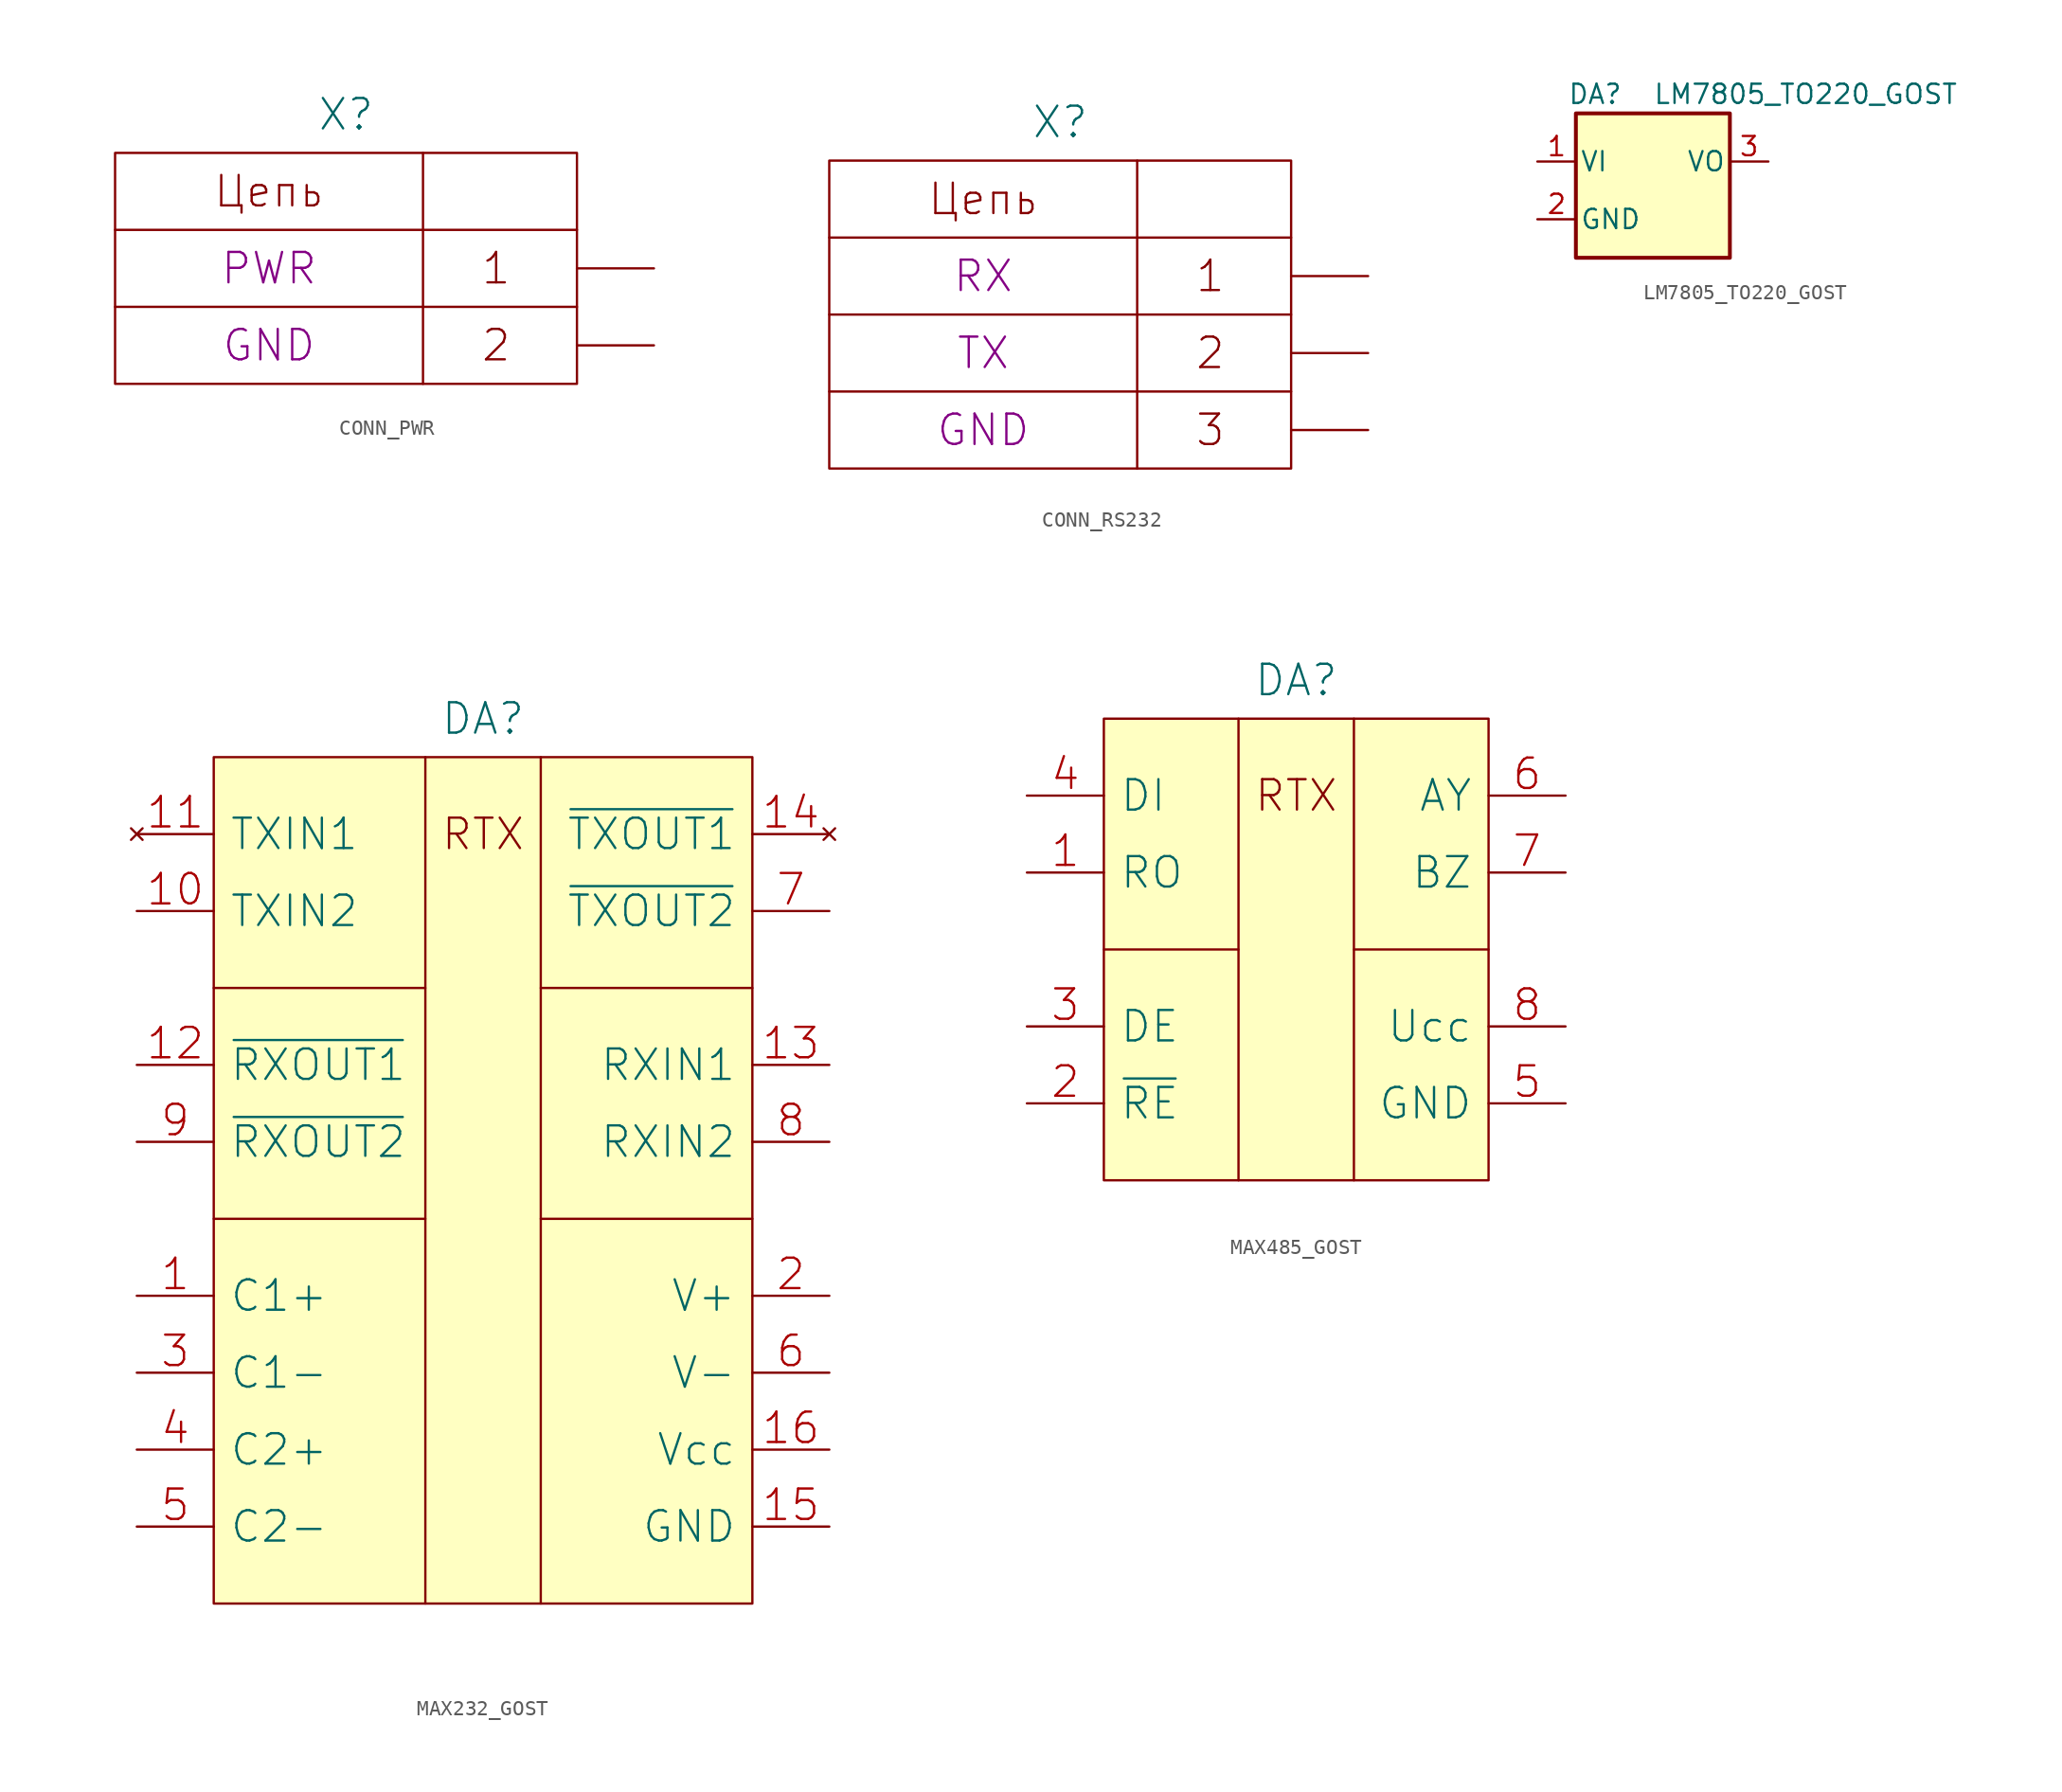
<source format=kicad_sym>
(kicad_symbol_lib
  (version 20231120)
  (generator "kicad_symbol_editor")
  (generator_version "8.0")
  (symbol "CONN_PWR"
    (pin_numbers hide)
    (pin_names
      (offset 0) hide)
    (property "Reference" "X"
      (at 0 10.16 0)
      (effects (font (size 2.007 2.007))))
    (property "PIN1" "PWR"
      (at -5.08 0 0)
      (effects (font (size 2.007 2.007))))
    (property "PIN2" "GND"
      (at -5.08 -5.08 0)
      (effects (font (size 2.007 2.007))))
    (symbol "CONN_PWR_0_0"
      (polyline (pts (xy -15.24 -2.54) (xy 15.24 -2.54)) (stroke (width 0) (type solid)) (fill (type none)))
      (polyline (pts (xy -15.24 2.54) (xy 15.24 2.54)) (stroke (width 0) (type solid)) (fill (type none)))
      (polyline (pts (xy 5.08 7.62) (xy 5.08 -7.62)) (stroke (width 0) (type solid)) (fill (type none)))
      (rectangle (start 15.24 7.62) (end -15.24 -7.62) (stroke (width 0) (type solid)) (fill (type none))))
    (symbol "CONN_PWR_1_1"
      (text "1" (at 9.906 0 0) (effects (font (size 2.007 2.007))))
      (text "2" (at 9.906 -5.08 0) (effects (font (size 2.007 2.007))))
      (text "Цепь" (at -5.08 5.08 0) (effects (font (size 2.007 2.007))))
      (pin power_out line (at 20.32 0 180) (length 5.08) (name "1" (effects (font (size 2.007 2.007)))) (number "1" (effects (font (size 2.007 2.007)))))
      (pin power_out line (at 20.32 -5.08 180) (length 5.08) (name "2" (effects (font (size 2.007 2.007)))) (number "2" (effects (font (size 2.007 2.007)))))))
  (symbol "CONN_RS232"
    (pin_numbers hide)
    (pin_names
      (offset 0) hide)
    (property "Reference" "X"
      (at 0 12.7 0)
      (effects (font (size 2.007 2.007))))
    (property "PIN1" "RX"
      (at -5.08 2.54 0)
      (effects (font (size 2.007 2.007))))
    (property "PIN2" "TX"
      (at -5.08 -2.54 0)
      (effects (font (size 2.007 2.007))))
    (property "PIN3" "GND"
      (at -5.08 -7.62 0)
      (effects (font (size 2.007 2.007))))
    (symbol "CONN_RS232_0_0"
      (polyline (pts (xy -15.24 -5.08) (xy 15.24 -5.08)) (stroke (width 0) (type solid)) (fill (type none)))
      (polyline (pts (xy -15.24 0) (xy 15.24 0)) (stroke (width 0) (type solid)) (fill (type none)))
      (polyline (pts (xy -15.24 5.08) (xy 15.24 5.08)) (stroke (width 0) (type solid)) (fill (type none)))
      (polyline (pts (xy 5.08 10.16) (xy 5.08 -10.16)) (stroke (width 0) (type solid)) (fill (type none)))
      (rectangle (start 15.24 10.16) (end -15.24 -10.16) (stroke (width 0) (type solid)) (fill (type none))))
    (symbol "CONN_RS232_1_1"
      (text "1" (at 9.906 2.54 0) (effects (font (size 2.007 2.007))))
      (text "2" (at 9.906 -2.54 0) (effects (font (size 2.007 2.007))))
      (text "3" (at 9.906 -7.62 0) (effects (font (size 2.007 2.007))))
      (text "Цепь" (at -5.08 7.62 0) (effects (font (size 2.007 2.007))))
      (pin passive line (at 20.32 2.54 180) (length 5.08) (name "1" (effects (font (size 2.007 2.007)))) (number "1" (effects (font (size 2.007 2.007)))))
      (pin passive line (at 20.32 -2.54 180) (length 5.08) (name "2" (effects (font (size 2.007 2.007)))) (number "2" (effects (font (size 2.007 2.007)))))
      (pin passive line (at 20.32 -7.62 180) (length 5.08) (name "3" (effects (font (size 2.007 2.007)))) (number "3" (effects (font (size 2.007 2.007)))))))
  (symbol "LM7805_TO220_GOST"
    (pin_names
      (offset 0.254))
    (property "Reference" "DA"
      (at -3.81 3.175 0)
      (effects (font (size 1.27 1.27))))
    (property "Value" "LM7805_TO220_GOST"
      (at 0 3.175 0)
      (effects (font (size 1.27 1.27)) (justify left)))
    (symbol "LM7805_TO220_GOST_0_1"
      (rectangle (start -5.08 1.905) (end 5.08 -7.62) (stroke (width 0.254) (type default)) (fill (type background))))
    (symbol "LM7805_TO220_GOST_1_1"
      (pin power_in line (at -7.62 -1.27 0) (length 2.54) (name "VI" (effects (font (size 1.27 1.27)))) (number "1" (effects (font (size 1.27 1.27)))))
      (pin power_in line (at -7.62 -5.08 0) (length 2.54) (name "GND" (effects (font (size 1.27 1.27)))) (number "2" (effects (font (size 1.27 1.27)))))
      (pin power_out line (at 7.62 -1.27 180) (length 2.54) (name "VO" (effects (font (size 1.27 1.27)))) (number "3" (effects (font (size 1.27 1.27)))))))
  (symbol "MAX232_GOST"
    (pin_names
      (offset 1.016))
    (property "Reference" "DA"
      (at 0 30.48 0)
      (effects (font (size 2.007 2.007))))
    (symbol "MAX232_GOST_0_0"
      (rectangle (start -17.78 27.94) (end 17.78 -27.94) (stroke (width 0) (type solid)) (fill (type background)))
      (polyline (pts (xy -17.78 -2.54) (xy -3.81 -2.54)) (stroke (width 0) (type solid)) (fill (type none)))
      (polyline (pts (xy -17.78 12.7) (xy -3.81 12.7)) (stroke (width 0) (type solid)) (fill (type none)))
      (polyline (pts (xy -3.81 27.94) (xy -3.81 -27.94)) (stroke (width 0) (type solid)) (fill (type none)))
      (polyline (pts (xy 3.81 -2.54) (xy 17.78 -2.54)) (stroke (width 0) (type solid)) (fill (type none)))
      (polyline (pts (xy 3.81 12.7) (xy 17.78 12.7)) (stroke (width 0) (type solid)) (fill (type none)))
      (polyline (pts (xy 3.81 27.94) (xy 3.81 -27.94)) (stroke (width 0) (type solid)) (fill (type none)))
      (text "RTX" (at 0 22.86 0) (effects (font (size 2.007 2.007)))))
    (symbol "MAX232_GOST_1_1"
      (pin passive line (at -22.86 -7.62 0) (length 5.08) (name "C1+" (effects (font (size 2.007 2.007)))) (number "1" (effects (font (size 2.007 2.007)))))
      (pin input line (at -22.86 17.78 0) (length 5.08) (name "TXIN2" (effects (font (size 2.007 2.007)))) (number "10" (effects (font (size 2.007 2.007)))))
      (pin no_connect line (at -22.86 22.86 0) (length 5.08) (name "TXIN1" (effects (font (size 2.007 2.007)))) (number "11" (effects (font (size 2.007 2.007)))))
      (pin output line (at -22.86 7.62 0) (length 5.08) (name "~{RXOUT1}" (effects (font (size 2.007 2.007)))) (number "12" (effects (font (size 2.007 2.007)))))
      (pin input line (at 22.86 7.62 180) (length 5.08) (name "RXIN1" (effects (font (size 2.007 2.007)))) (number "13" (effects (font (size 2.007 2.007)))))
      (pin no_connect line (at 22.86 22.86 180) (length 5.08) (name "~{TXOUT1}" (effects (font (size 2.007 2.007)))) (number "14" (effects (font (size 2.007 2.007)))))
      (pin power_in line (at 22.86 -22.86 180) (length 5.08) (name "GND" (effects (font (size 2.007 2.007)))) (number "15" (effects (font (size 2.007 2.007)))))
      (pin power_in line (at 22.86 -17.78 180) (length 5.08) (name "Vcc" (effects (font (size 2.007 2.007)))) (number "16" (effects (font (size 2.007 2.007)))))
      (pin power_out line (at 22.86 -7.62 180) (length 5.08) (name "V+" (effects (font (size 2.007 2.007)))) (number "2" (effects (font (size 2.007 2.007)))))
      (pin passive line (at -22.86 -12.7 0) (length 5.08) (name "C1-" (effects (font (size 2.007 2.007)))) (number "3" (effects (font (size 2.007 2.007)))))
      (pin passive line (at -22.86 -17.78 0) (length 5.08) (name "C2+" (effects (font (size 2.007 2.007)))) (number "4" (effects (font (size 2.007 2.007)))))
      (pin passive line (at -22.86 -22.86 0) (length 5.08) (name "C2-" (effects (font (size 2.007 2.007)))) (number "5" (effects (font (size 2.007 2.007)))))
      (pin power_out line (at 22.86 -12.7 180) (length 5.08) (name "V-" (effects (font (size 2.007 2.007)))) (number "6" (effects (font (size 2.007 2.007)))))
      (pin output line (at 22.86 17.78 180) (length 5.08) (name "~{TXOUT2}" (effects (font (size 2.007 2.007)))) (number "7" (effects (font (size 2.007 2.007)))))
      (pin input line (at 22.86 2.54 180) (length 5.08) (name "RXIN2" (effects (font (size 2.007 2.007)))) (number "8" (effects (font (size 2.007 2.007)))))
      (pin output line (at -22.86 2.54 0) (length 5.08) (name "~{RXOUT2}" (effects (font (size 2.007 2.007)))) (number "9" (effects (font (size 2.007 2.007)))))))
  (symbol "MAX485_GOST"
    (pin_names
      (offset 1.016))
    (property "Reference" "DA"
      (at 0 17.78 0)
      (effects (font (size 2.007 2.007))))
    (symbol "MAX485_GOST_0_0"
      (rectangle (start -12.7 15.24) (end 12.7 -15.24) (stroke (width 0) (type solid)) (fill (type background)))
      (polyline (pts (xy -12.7 0) (xy -3.81 0)) (stroke (width 0) (type solid)) (fill (type none)))
      (polyline (pts (xy -3.81 15.24) (xy -3.81 -15.24)) (stroke (width 0) (type solid)) (fill (type none)))
      (polyline (pts (xy 3.81 0) (xy 12.7 0)) (stroke (width 0) (type solid)) (fill (type none)))
      (polyline (pts (xy 3.81 15.24) (xy 3.81 -15.24)) (stroke (width 0) (type solid)) (fill (type none)))
      (text "RTX" (at 0 10.16 0) (effects (font (size 2.007 2.007)))))
    (symbol "MAX485_GOST_1_1"
      (pin tri_state line (at -17.78 5.08 0) (length 5.08) (name "RO" (effects (font (size 2.007 2.007)))) (number "1" (effects (font (size 2.007 2.007)))))
      (pin input line (at -17.78 -10.16 0) (length 5.08) (name "~{RE}" (effects (font (size 2.007 2.007)))) (number "2" (effects (font (size 2.007 2.007)))))
      (pin input line (at -17.78 -5.08 0) (length 5.08) (name "DE" (effects (font (size 2.007 2.007)))) (number "3" (effects (font (size 2.007 2.007)))))
      (pin input line (at -17.78 10.16 0) (length 5.08) (name "DI" (effects (font (size 2.007 2.007)))) (number "4" (effects (font (size 2.007 2.007)))))
      (pin power_in line (at 17.78 -10.16 180) (length 5.08) (name "GND" (effects (font (size 2.007 2.007)))) (number "5" (effects (font (size 2.007 2.007)))))
      (pin bidirectional line (at 17.78 10.16 180) (length 5.08) (name "AY" (effects (font (size 2.007 2.007)))) (number "6" (effects (font (size 2.007 2.007)))))
      (pin bidirectional line (at 17.78 5.08 180) (length 5.08) (name "BZ" (effects (font (size 2.007 2.007)))) (number "7" (effects (font (size 2.007 2.007)))))
      (pin power_in line (at 17.78 -5.08 180) (length 5.08) (name "Ucc" (effects (font (size 2.007 2.007)))) (number "8" (effects (font (size 2.007 2.007))))))))
</source>
